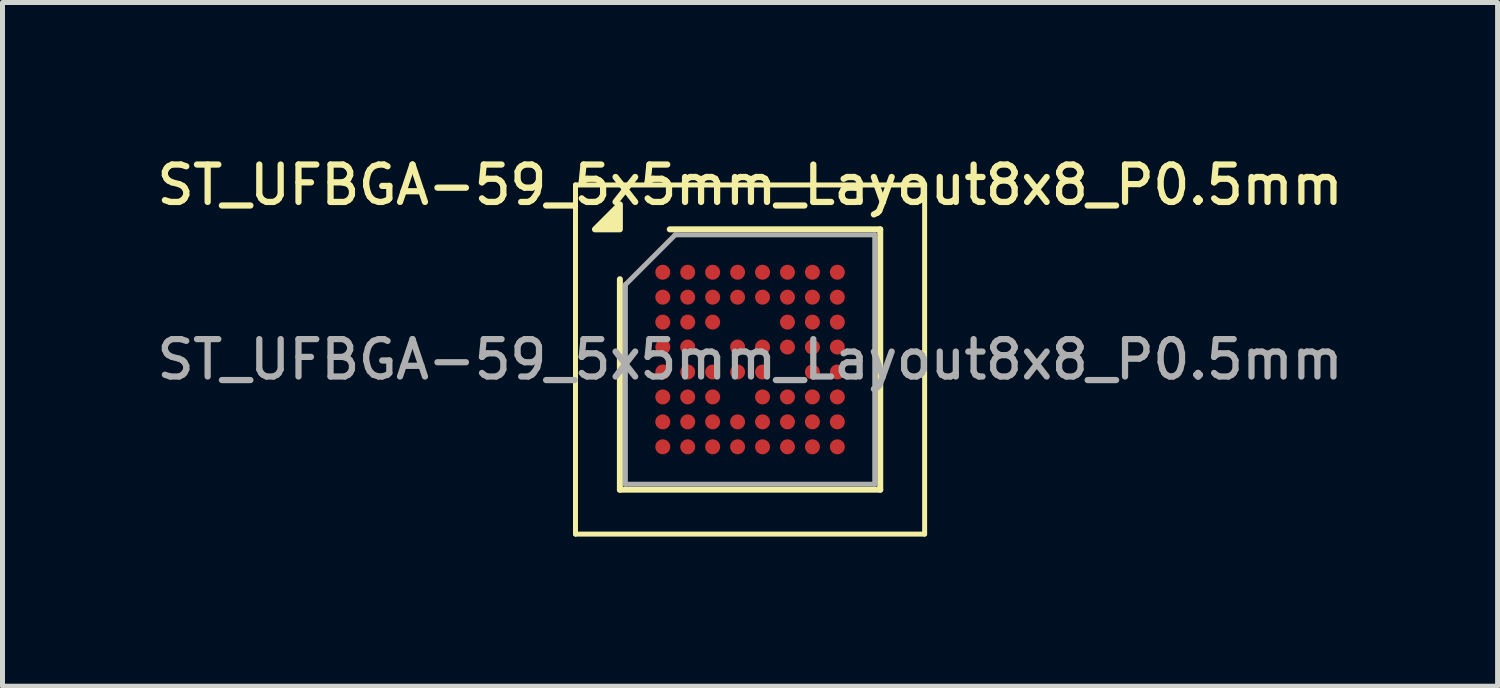
<source format=kicad_pcb>
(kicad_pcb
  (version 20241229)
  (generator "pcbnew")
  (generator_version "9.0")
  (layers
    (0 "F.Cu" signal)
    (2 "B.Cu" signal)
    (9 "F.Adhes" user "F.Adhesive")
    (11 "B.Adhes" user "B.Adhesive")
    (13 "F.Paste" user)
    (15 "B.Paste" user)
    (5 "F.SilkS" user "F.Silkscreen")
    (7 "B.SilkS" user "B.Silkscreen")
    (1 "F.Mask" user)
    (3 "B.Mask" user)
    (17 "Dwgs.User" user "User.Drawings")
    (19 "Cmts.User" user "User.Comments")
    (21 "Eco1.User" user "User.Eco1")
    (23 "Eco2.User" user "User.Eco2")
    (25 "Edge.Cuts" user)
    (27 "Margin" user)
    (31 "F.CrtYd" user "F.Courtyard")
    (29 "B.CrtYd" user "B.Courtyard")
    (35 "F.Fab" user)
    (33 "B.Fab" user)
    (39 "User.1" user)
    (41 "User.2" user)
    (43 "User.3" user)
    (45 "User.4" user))
  (footprint "ST_UFBGA-59_5x5mm_Layout8x8_P0.5mm"
    (layer "F.Cu")
    (at 11.988 4.158)
    (property "Reference" "ST_UFBGA-59_5x5mm_Layout8x8_P0.5mm" (at 0 -3.5 0) (layer "F.SilkS") (effects (font (size 0.75 0.75) (thickness 0.125))))
    (attr smd)
    (fp_line (start -3.5 -3.5) (end -3.5 3.5) (stroke (width 0.1) (type solid)) (layer "F.SilkS"))
    (fp_line (start -3.5 3.5) (end 3.5 3.5) (stroke (width 0.1) (type solid)) (layer "F.SilkS"))
    (fp_line (start -2.61 2.61) (end -2.61 -1.61) (stroke (width 0.12) (type solid)) (layer "F.SilkS"))
    (fp_line (start -1.61 -2.61) (end 2.61 -2.61) (stroke (width 0.12) (type solid)) (layer "F.SilkS"))
    (fp_line (start 2.61 -2.61) (end 2.61 2.61) (stroke (width 0.12) (type solid)) (layer "F.SilkS"))
    (fp_line (start 2.61 2.61) (end -2.61 2.61) (stroke (width 0.12) (type solid)) (layer "F.SilkS"))
    (fp_line (start 3.5 -3.5) (end -3.5 -3.5) (stroke (width 0.1) (type solid)) (layer "F.SilkS"))
    (fp_line (start 3.5 3.5) (end 3.5 -3.5) (stroke (width 0.1) (type solid)) (layer "F.SilkS"))
    (fp_poly (pts (xy -2.61 -2.61) (xy -3.11 -2.61) (xy -2.61 -3.11) (xy -2.61 -2.61)) (stroke (width 0.12) (type solid)) (fill yes) (layer "F.SilkS"))
    (fp_line (start -2.5 -1.5) (end -1.5 -2.5) (stroke (width 0.1) (type solid)) (layer "F.Fab"))
    (fp_line (start -2.5 2.5) (end -2.5 -1.5) (stroke (width 0.1) (type solid)) (layer "F.Fab"))
    (fp_line (start -1.5 -2.5) (end 2.5 -2.5) (stroke (width 0.1) (type solid)) (layer "F.Fab"))
    (fp_line (start 2.5 -2.5) (end 2.5 2.5) (stroke (width 0.1) (type solid)) (layer "F.Fab"))
    (fp_line (start 2.5 2.5) (end -2.5 2.5) (stroke (width 0.1) (type solid)) (layer "F.Fab"))
    (fp_text user "${REFERENCE}" (at 0 0 0) (layer "F.Fab") (effects (font (size 0.75 0.75) (thickness 0.125))))
    (pad "A1" smd circle (at -1.75 -1.75) (size 0.3 0.3) (property pad_prop_bga) (layers "F.Cu" "F.Mask" "F.Paste"))
    (pad "A2" smd circle (at -1.25 -1.75) (size 0.3 0.3) (property pad_prop_bga) (layers "F.Cu" "F.Mask" "F.Paste"))
    (pad "A3" smd circle (at -0.75 -1.75) (size 0.3 0.3) (property pad_prop_bga) (layers "F.Cu" "F.Mask" "F.Paste"))
    (pad "A4" smd circle (at -0.25 -1.75) (size 0.3 0.3) (property pad_prop_bga) (layers "F.Cu" "F.Mask" "F.Paste"))
    (pad "A5" smd circle (at 0.25 -1.75) (size 0.3 0.3) (property pad_prop_bga) (layers "F.Cu" "F.Mask" "F.Paste"))
    (pad "A6" smd circle (at 0.75 -1.75) (size 0.3 0.3) (property pad_prop_bga) (layers "F.Cu" "F.Mask" "F.Paste"))
    (pad "A7" smd circle (at 1.25 -1.75) (size 0.3 0.3) (property pad_prop_bga) (layers "F.Cu" "F.Mask" "F.Paste"))
    (pad "A8" smd circle (at 1.75 -1.75) (size 0.3 0.3) (property pad_prop_bga) (layers "F.Cu" "F.Mask" "F.Paste"))
    (pad "B1" smd circle (at -1.75 -1.25) (size 0.3 0.3) (property pad_prop_bga) (layers "F.Cu" "F.Mask" "F.Paste"))
    (pad "B2" smd circle (at -1.25 -1.25) (size 0.3 0.3) (property pad_prop_bga) (layers "F.Cu" "F.Mask" "F.Paste"))
    (pad "B3" smd circle (at -0.75 -1.25) (size 0.3 0.3) (property pad_prop_bga) (layers "F.Cu" "F.Mask" "F.Paste"))
    (pad "B4" smd circle (at -0.25 -1.25) (size 0.3 0.3) (property pad_prop_bga) (layers "F.Cu" "F.Mask" "F.Paste"))
    (pad "B5" smd circle (at 0.25 -1.25) (size 0.3 0.3) (property pad_prop_bga) (layers "F.Cu" "F.Mask" "F.Paste"))
    (pad "B6" smd circle (at 0.75 -1.25) (size 0.3 0.3) (property pad_prop_bga) (layers "F.Cu" "F.Mask" "F.Paste"))
    (pad "B7" smd circle (at 1.25 -1.25) (size 0.3 0.3) (property pad_prop_bga) (layers "F.Cu" "F.Mask" "F.Paste"))
    (pad "B8" smd circle (at 1.75 -1.25) (size 0.3 0.3) (property pad_prop_bga) (layers "F.Cu" "F.Mask" "F.Paste"))
    (pad "C1" smd circle (at -1.75 -0.75) (size 0.3 0.3) (property pad_prop_bga) (layers "F.Cu" "F.Mask" "F.Paste"))
    (pad "C2" smd circle (at -1.25 -0.75) (size 0.3 0.3) (property pad_prop_bga) (layers "F.Cu" "F.Mask" "F.Paste"))
    (pad "C3" smd circle (at -0.75 -0.75) (size 0.3 0.3) (property pad_prop_bga) (layers "F.Cu" "F.Mask" "F.Paste"))
    (pad "C6" smd circle (at 0.75 -0.75) (size 0.3 0.3) (property pad_prop_bga) (layers "F.Cu" "F.Mask" "F.Paste"))
    (pad "C7" smd circle (at 1.25 -0.75) (size 0.3 0.3) (property pad_prop_bga) (layers "F.Cu" "F.Mask" "F.Paste"))
    (pad "C8" smd circle (at 1.75 -0.75) (size 0.3 0.3) (property pad_prop_bga) (layers "F.Cu" "F.Mask" "F.Paste"))
    (pad "D1" smd circle (at -1.75 -0.25) (size 0.3 0.3) (property pad_prop_bga) (layers "F.Cu" "F.Mask" "F.Paste"))
    (pad "D2" smd circle (at -1.25 -0.25) (size 0.3 0.3) (property pad_prop_bga) (layers "F.Cu" "F.Mask" "F.Paste"))
    (pad "D4" smd circle (at -0.25 -0.25) (size 0.3 0.3) (property pad_prop_bga) (layers "F.Cu" "F.Mask" "F.Paste"))
    (pad "D5" smd circle (at 0.25 -0.25) (size 0.3 0.3) (property pad_prop_bga) (layers "F.Cu" "F.Mask" "F.Paste"))
    (pad "D6" smd circle (at 0.75 -0.25) (size 0.3 0.3) (property pad_prop_bga) (layers "F.Cu" "F.Mask" "F.Paste"))
    (pad "D7" smd circle (at 1.25 -0.25) (size 0.3 0.3) (property pad_prop_bga) (layers "F.Cu" "F.Mask" "F.Paste"))
    (pad "D8" smd circle (at 1.75 -0.25) (size 0.3 0.3) (property pad_prop_bga) (layers "F.Cu" "F.Mask" "F.Paste"))
    (pad "E1" smd circle (at -1.75 0.25) (size 0.3 0.3) (property pad_prop_bga) (layers "F.Cu" "F.Mask" "F.Paste"))
    (pad "E2" smd circle (at -1.25 0.25) (size 0.3 0.3) (property pad_prop_bga) (layers "F.Cu" "F.Mask" "F.Paste"))
    (pad "E3" smd circle (at -0.75 0.25) (size 0.3 0.3) (property pad_prop_bga) (layers "F.Cu" "F.Mask" "F.Paste"))
    (pad "E4" smd circle (at -0.25 0.25) (size 0.3 0.3) (property pad_prop_bga) (layers "F.Cu" "F.Mask" "F.Paste"))
    (pad "E5" smd circle (at 0.25 0.25) (size 0.3 0.3) (property pad_prop_bga) (layers "F.Cu" "F.Mask" "F.Paste"))
    (pad "E7" smd circle (at 1.25 0.25) (size 0.3 0.3) (property pad_prop_bga) (layers "F.Cu" "F.Mask" "F.Paste"))
    (pad "E8" smd circle (at 1.75 0.25) (size 0.3 0.3) (property pad_prop_bga) (layers "F.Cu" "F.Mask" "F.Paste"))
    (pad "F1" smd circle (at -1.75 0.75) (size 0.3 0.3) (property pad_prop_bga) (layers "F.Cu" "F.Mask" "F.Paste"))
    (pad "F2" smd circle (at -1.25 0.75) (size 0.3 0.3) (property pad_prop_bga) (layers "F.Cu" "F.Mask" "F.Paste"))
    (pad "F3" smd circle (at -0.75 0.75) (size 0.3 0.3) (property pad_prop_bga) (layers "F.Cu" "F.Mask" "F.Paste"))
    (pad "F5" smd circle (at 0.25 0.75) (size 0.3 0.3) (property pad_prop_bga) (layers "F.Cu" "F.Mask" "F.Paste"))
    (pad "F6" smd circle (at 0.75 0.75) (size 0.3 0.3) (property pad_prop_bga) (layers "F.Cu" "F.Mask" "F.Paste"))
    (pad "F7" smd circle (at 1.25 0.75) (size 0.3 0.3) (property pad_prop_bga) (layers "F.Cu" "F.Mask" "F.Paste"))
    (pad "F8" smd circle (at 1.75 0.75) (size 0.3 0.3) (property pad_prop_bga) (layers "F.Cu" "F.Mask" "F.Paste"))
    (pad "G1" smd circle (at -1.75 1.25) (size 0.3 0.3) (property pad_prop_bga) (layers "F.Cu" "F.Mask" "F.Paste"))
    (pad "G2" smd circle (at -1.25 1.25) (size 0.3 0.3) (property pad_prop_bga) (layers "F.Cu" "F.Mask" "F.Paste"))
    (pad "G3" smd circle (at -0.75 1.25) (size 0.3 0.3) (property pad_prop_bga) (layers "F.Cu" "F.Mask" "F.Paste"))
    (pad "G4" smd circle (at -0.25 1.25) (size 0.3 0.3) (property pad_prop_bga) (layers "F.Cu" "F.Mask" "F.Paste"))
    (pad "G5" smd circle (at 0.25 1.25) (size 0.3 0.3) (property pad_prop_bga) (layers "F.Cu" "F.Mask" "F.Paste"))
    (pad "G6" smd circle (at 0.75 1.25) (size 0.3 0.3) (property pad_prop_bga) (layers "F.Cu" "F.Mask" "F.Paste"))
    (pad "G7" smd circle (at 1.25 1.25) (size 0.3 0.3) (property pad_prop_bga) (layers "F.Cu" "F.Mask" "F.Paste"))
    (pad "G8" smd circle (at 1.75 1.25) (size 0.3 0.3) (property pad_prop_bga) (layers "F.Cu" "F.Mask" "F.Paste"))
    (pad "H1" smd circle (at -1.75 1.75) (size 0.3 0.3) (property pad_prop_bga) (layers "F.Cu" "F.Mask" "F.Paste"))
    (pad "H2" smd circle (at -1.25 1.75) (size 0.3 0.3) (property pad_prop_bga) (layers "F.Cu" "F.Mask" "F.Paste"))
    (pad "H3" smd circle (at -0.75 1.75) (size 0.3 0.3) (property pad_prop_bga) (layers "F.Cu" "F.Mask" "F.Paste"))
    (pad "H4" smd circle (at -0.25 1.75) (size 0.3 0.3) (property pad_prop_bga) (layers "F.Cu" "F.Mask" "F.Paste"))
    (pad "H5" smd circle (at 0.25 1.75) (size 0.3 0.3) (property pad_prop_bga) (layers "F.Cu" "F.Mask" "F.Paste"))
    (pad "H6" smd circle (at 0.75 1.75) (size 0.3 0.3) (property pad_prop_bga) (layers "F.Cu" "F.Mask" "F.Paste"))
    (pad "H7" smd circle (at 1.25 1.75) (size 0.3 0.3) (property pad_prop_bga) (layers "F.Cu" "F.Mask" "F.Paste"))
    (pad "H8" smd circle (at 1.75 1.75) (size 0.3 0.3) (property pad_prop_bga) (layers "F.Cu" "F.Mask" "F.Paste")))
  (gr_rect
    (start -3 -3)
    (end 26.975 10.708)
    (stroke (width 0.1) (type default))
    (fill no)
    (layer "Edge.Cuts")))
</source>
